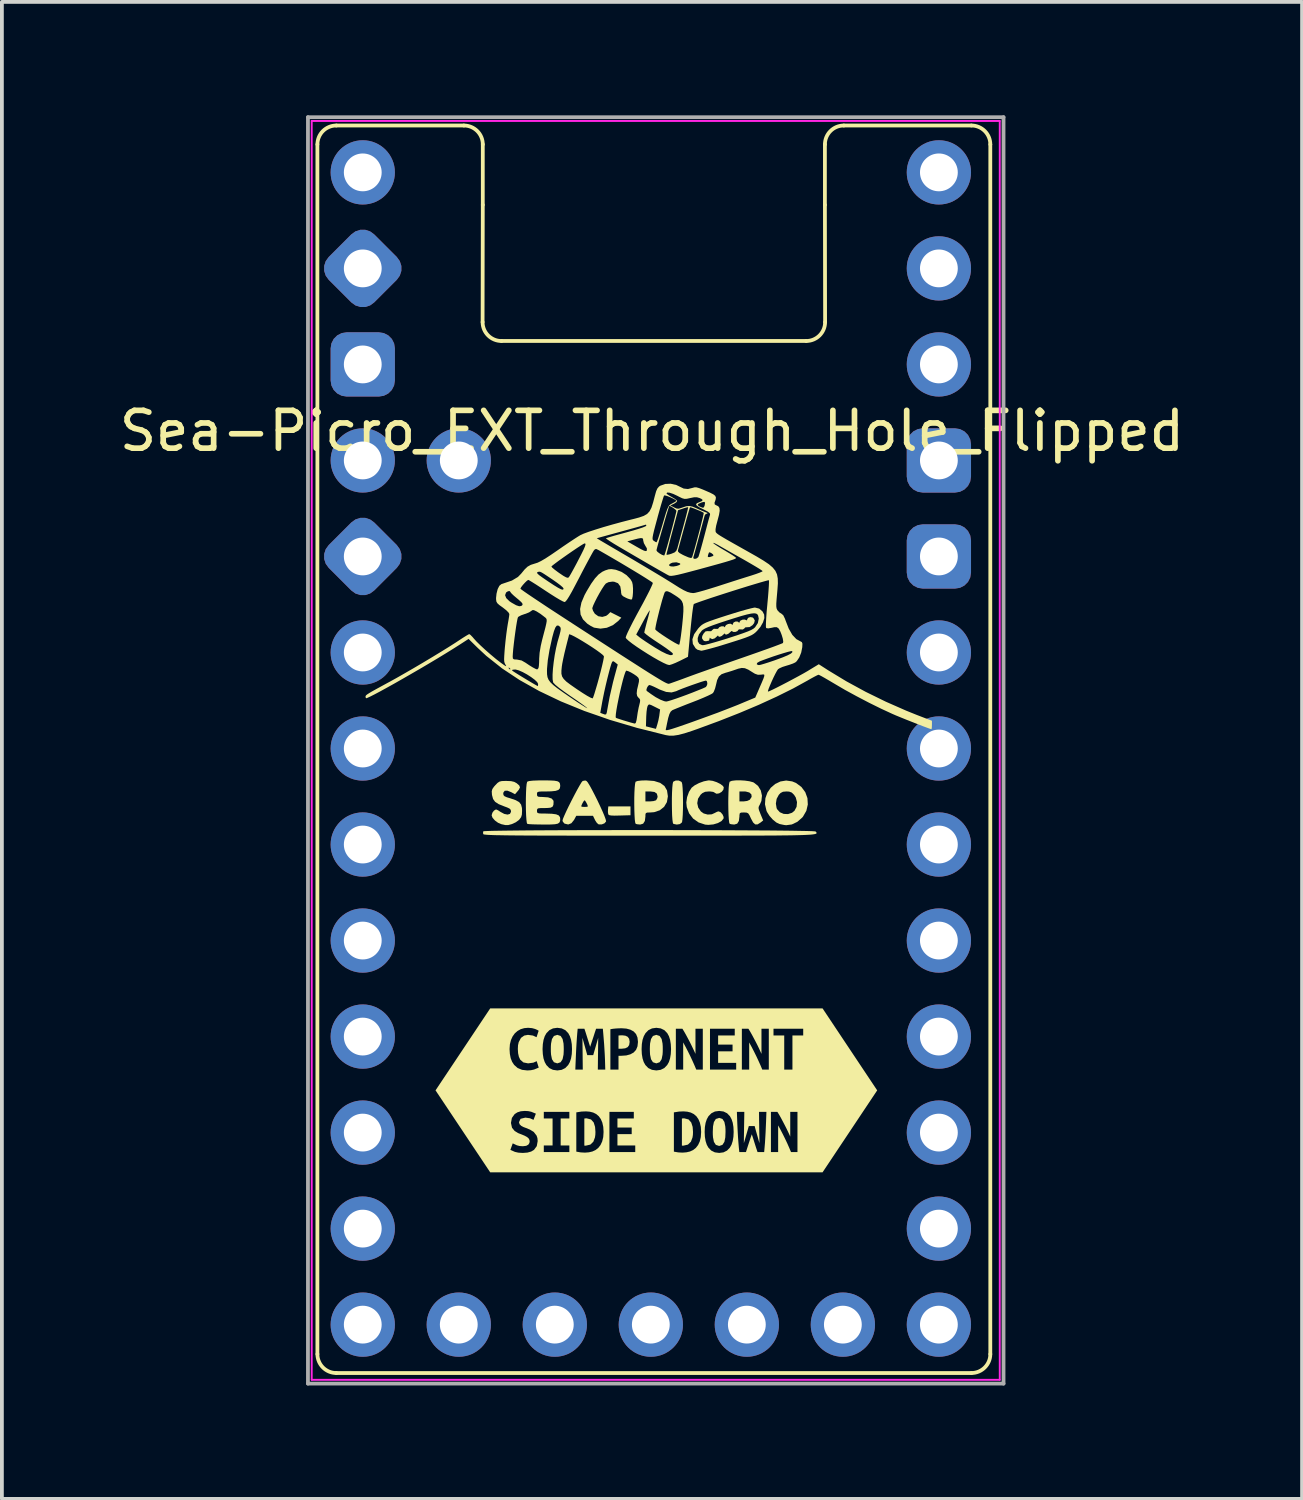
<source format=kicad_pcb>
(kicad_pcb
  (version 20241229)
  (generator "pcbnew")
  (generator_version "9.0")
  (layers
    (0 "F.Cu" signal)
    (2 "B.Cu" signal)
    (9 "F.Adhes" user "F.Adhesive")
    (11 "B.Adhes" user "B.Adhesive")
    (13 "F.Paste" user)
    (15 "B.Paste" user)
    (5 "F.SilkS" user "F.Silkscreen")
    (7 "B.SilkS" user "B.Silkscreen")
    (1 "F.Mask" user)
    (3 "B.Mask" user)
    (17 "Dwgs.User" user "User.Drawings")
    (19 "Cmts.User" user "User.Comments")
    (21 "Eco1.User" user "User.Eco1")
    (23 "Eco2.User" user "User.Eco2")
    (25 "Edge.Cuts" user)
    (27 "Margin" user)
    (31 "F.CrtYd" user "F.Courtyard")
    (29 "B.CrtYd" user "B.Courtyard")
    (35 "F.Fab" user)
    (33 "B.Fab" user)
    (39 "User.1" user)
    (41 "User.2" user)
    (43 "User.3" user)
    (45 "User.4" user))
  (footprint "Sea-Picro_EXT_Through_Hole_Flipped"
    (layer "F.Cu")
    (at 14.196 16.75)
    (property "Reference" "Sea-Picro_EXT_Through_Hole_Flipped" (at 0 -8.4 0) (unlocked yes) (layer "F.SilkS") (effects (font (size 1 1) (thickness 0.15))))
    (attr through_hole)
    (fp_line (start -8.85 -15.98) (end -8.85 16.02) (stroke (width 0.1) (type solid)) (layer "F.SilkS"))
    (fp_line (start -8.35 16.52) (end 8.45 16.52) (stroke (width 0.1) (type solid)) (layer "F.SilkS"))
    (fp_line (start -4.975 -16.48) (end -8.35 -16.48) (stroke (width 0.1) (type solid)) (layer "F.SilkS"))
    (fp_line (start -4.475 -14.38) (end -4.48 -11.28) (stroke (width 0.1) (type solid)) (layer "F.SilkS"))
    (fp_line (start -4.475 -14.38) (end -4.475 -15.98) (stroke (width 0.1) (type solid)) (layer "F.SilkS"))
    (fp_line (start -3.98 -10.78) (end 4.08 -10.78) (stroke (width 0.1) (type solid)) (layer "F.SilkS"))
    (fp_line (start 4.575 -14.38) (end 4.575 -15.98) (stroke (width 0.1) (type solid)) (layer "F.SilkS"))
    (fp_line (start 4.575 -14.38) (end 4.58 -11.28) (stroke (width 0.1) (type solid)) (layer "F.SilkS"))
    (fp_line (start 5.075 -16.48) (end 8.45 -16.48) (stroke (width 0.1) (type solid)) (layer "F.SilkS"))
    (fp_line (start 8.95 16.02) (end 8.95 -15.98) (stroke (width 0.1) (type solid)) (layer "F.SilkS"))
    (fp_arc (start -8.84951 -15.98) (mid -8.703064 -16.333557) (end -8.34951 -16.48) (stroke (width 0.1) (type solid)) (layer "F.SilkS"))
    (fp_arc (start -8.34951 16.52) (mid -8.703057 16.37355) (end -8.84951 16.02) (stroke (width 0.1) (type solid)) (layer "F.SilkS"))
    (fp_arc (start -4.97451 -16.48) (mid -4.62095 -16.333557) (end -4.47451 -15.98) (stroke (width 0.1) (type solid)) (layer "F.SilkS"))
    (fp_arc (start -3.98 -10.77951) (mid -4.333553 -10.925957) (end -4.48 -11.27951) (stroke (width 0.1) (type solid)) (layer "F.SilkS"))
    (fp_arc (start 4.57549 -15.98) (mid 4.721944 -16.333546) (end 5.07549 -16.48) (stroke (width 0.1) (type solid)) (layer "F.SilkS"))
    (fp_arc (start 4.58 -11.27951) (mid 4.433553 -10.925957) (end 4.08 -10.77951) (stroke (width 0.1) (type solid)) (layer "F.SilkS"))
    (fp_arc (start 8.45049 -16.48) (mid 8.804046 -16.333556) (end 8.95049 -15.98) (stroke (width 0.1) (type solid)) (layer "F.SilkS"))
    (fp_arc (start 8.95049 16.02) (mid 8.80405 16.37356) (end 8.45049 16.52) (stroke (width 0.1) (type solid)) (layer "F.SilkS"))
    (fp_poly (pts (xy -0.568 1.765) (xy -0.854 1.773) (xy -0.992 1.776) (xy -1.081 1.772) (xy -1.132 1.762) (xy -1.155 1.743) (xy -1.156 1.739) (xy -1.165 1.68) (xy -1.163 1.614) (xy -1.154 1.531) (xy -0.568 1.531)) (stroke (width 0) (type solid)) (fill yes) (layer "F.SilkS"))
    (fp_poly (pts (xy -0.779 7.587) (xy -0.832 7.588) (xy -0.885 7.592) (xy -0.885 7.941) (xy -0.798 7.941) (xy -0.708 7.931) (xy -0.643 7.9) (xy -0.603 7.845) (xy -0.59 7.76) (xy -0.603 7.679) (xy -0.642 7.626) (xy -0.702 7.597) (xy -0.779 7.587)) (stroke (width 0) (type solid)) (fill yes) (layer "F.SilkS"))
    (fp_poly (pts (xy -1.789 10.504) (xy -1.77 10.506) (xy -1.751 10.506) (xy -1.63 10.478) (xy -1.551 10.402) (xy -1.508 10.288) (xy -1.498 10.219) (xy -1.495 10.143) (xy -1.505 10.008) (xy -1.541 9.893) (xy -1.612 9.813) (xy -1.727 9.783) (xy -1.758 9.784) (xy -1.789 9.788) (xy -1.789 10.504)) (stroke (width 0) (type solid)) (fill yes) (layer "F.SilkS"))
    (fp_poly (pts (xy 0.792 10.504) (xy 0.811 10.506) (xy 0.83 10.506) (xy 0.951 10.478) (xy 1.03 10.402) (xy 1.073 10.288) (xy 1.083 10.219) (xy 1.086 10.143) (xy 1.076 10.008) (xy 1.039 9.893) (xy 0.969 9.813) (xy 0.854 9.783) (xy 0.823 9.784) (xy 0.792 9.788) (xy 0.792 10.504)) (stroke (width 0) (type solid)) (fill yes) (layer "F.SilkS"))
    (fp_poly (pts (xy 1.609 10.143) (xy 1.61 10.218) (xy 1.615 10.288) (xy 1.639 10.406) (xy 1.69 10.485) (xy 1.778 10.514) (xy 1.864 10.485) (xy 1.916 10.405) (xy 1.94 10.287) (xy 1.946 10.143) (xy 1.945 10.068) (xy 1.94 9.997) (xy 1.916 9.879) (xy 1.865 9.8) (xy 1.778 9.771) (xy 1.69 9.8) (xy 1.639 9.88) (xy 1.615 9.998) (xy 1.609 10.143)) (stroke (width 0) (type solid)) (fill yes) (layer "F.SilkS"))
    (fp_poly (pts (xy -2.675 7.952) (xy -2.674 8.028) (xy -2.669 8.099) (xy -2.645 8.219) (xy -2.593 8.299) (xy -2.504 8.329) (xy -2.416 8.299) (xy -2.364 8.218) (xy -2.339 8.098) (xy -2.335 8.028) (xy -2.333 7.952) (xy -2.335 7.876) (xy -2.339 7.804) (xy -2.364 7.685) (xy -2.415 7.604) (xy -2.504 7.575) (xy -2.593 7.604) (xy -2.645 7.685) (xy -2.669 7.805) (xy -2.674 7.876) (xy -2.675 7.952)) (stroke (width 0) (type solid)) (fill yes) (layer "F.SilkS"))
    (fp_poly (pts (xy -0.056 7.952) (xy -0.054 8.028) (xy -0.05 8.099) (xy -0.025 8.219) (xy 0.026 8.299) (xy 0.115 8.329) (xy 0.203 8.299) (xy 0.256 8.218) (xy 0.28 8.098) (xy 0.285 8.028) (xy 0.286 7.952) (xy 0.285 7.876) (xy 0.28 7.804) (xy 0.256 7.685) (xy 0.204 7.604) (xy 0.115 7.575) (xy 0.026 7.604) (xy -0.025 7.685) (xy -0.05 7.805) (xy -0.054 7.876) (xy -0.056 7.952)) (stroke (width 0) (type solid)) (fill yes) (layer "F.SilkS"))
    (fp_poly (pts (xy 0.708 0.847) (xy 0.774 0.878) (xy 0.791 0.9) (xy 0.802 0.949) (xy 0.811 1.047) (xy 0.818 1.182) (xy 0.821 1.345) (xy 0.822 1.428) (xy 0.82 1.601) (xy 0.815 1.751) (xy 0.807 1.868) (xy 0.797 1.941) (xy 0.791 1.957) (xy 0.739 1.999) (xy 0.657 2.012) (xy 0.566 1.994) (xy 0.566 1.994) (xy 0.552 1.961) (xy 0.541 1.88) (xy 0.533 1.764) (xy 0.529 1.622) (xy 0.527 1.468) (xy 0.527 1.31) (xy 0.531 1.162) (xy 0.538 1.034) (xy 0.548 0.938) (xy 0.56 0.884) (xy 0.564 0.878) (xy 0.629 0.847)) (stroke (width 0) (type solid)) (fill yes) (layer "F.SilkS"))
    (fp_poly (pts (xy 1.609 0.856) (xy 1.714 0.891) (xy 1.809 0.938) (xy 1.877 0.99) (xy 1.9 1.028) (xy 1.888 1.092) (xy 1.842 1.148) (xy 1.777 1.186) (xy 1.711 1.197) (xy 1.66 1.172) (xy 1.656 1.165) (xy 1.618 1.147) (xy 1.543 1.137) (xy 1.505 1.136) (xy 1.407 1.145) (xy 1.334 1.18) (xy 1.288 1.221) (xy 1.219 1.327) (xy 1.198 1.446) (xy 1.224 1.564) (xy 1.294 1.665) (xy 1.368 1.718) (xy 1.473 1.747) (xy 1.582 1.741) (xy 1.657 1.707) (xy 1.723 1.673) (xy 1.765 1.663) (xy 1.818 1.687) (xy 1.867 1.744) (xy 1.896 1.811) (xy 1.894 1.851) (xy 1.841 1.918) (xy 1.745 1.972) (xy 1.623 2.008) (xy 1.491 2.02) (xy 1.407 2.013) (xy 1.232 1.955) (xy 1.088 1.853) (xy 0.982 1.714) (xy 0.921 1.549) (xy 0.909 1.428) (xy 0.929 1.287) (xy 0.98 1.146) (xy 1.049 1.038) (xy 1.13 0.974) (xy 1.245 0.914) (xy 1.372 0.868) (xy 1.487 0.845) (xy 1.51 0.843)) (stroke (width 0) (type solid)) (fill yes) (layer "F.SilkS"))
    (fp_poly (pts (xy 3.709 0.87) (xy 3.809 0.911) (xy 3.954 1.018) (xy 4.056 1.156) (xy 4.113 1.313) (xy 4.123 1.481) (xy 4.084 1.648) (xy 3.995 1.803) (xy 3.974 1.827) (xy 3.845 1.94) (xy 3.7 2.009) (xy 3.551 2.029) (xy 3.499 2.023) (xy 3.421 2.007) (xy 3.374 1.997) (xy 3.29 1.957) (xy 3.196 1.88) (xy 3.109 1.782) (xy 3.043 1.678) (xy 3.029 1.646) (xy 2.99 1.476) (xy 2.991 1.457) (xy 3.278 1.457) (xy 3.297 1.576) (xy 3.31 1.605) (xy 3.383 1.686) (xy 3.485 1.73) (xy 3.598 1.735) (xy 3.705 1.7) (xy 3.77 1.647) (xy 3.826 1.542) (xy 3.837 1.418) (xy 3.804 1.295) (xy 3.76 1.226) (xy 3.697 1.165) (xy 3.629 1.14) (xy 3.558 1.136) (xy 3.466 1.144) (xy 3.402 1.177) (xy 3.355 1.226) (xy 3.298 1.332) (xy 3.278 1.457) (xy 2.991 1.457) (xy 3.001 1.314) (xy 3.055 1.165) (xy 3.143 1.038) (xy 3.26 0.938) (xy 3.398 0.872) (xy 3.55 0.847)) (stroke (width 0) (type solid)) (fill yes) (layer "F.SilkS"))
    (fp_poly (pts (xy 0.056 0.859) (xy 0.217 0.909) (xy 0.33 0.992) (xy 0.398 1.109) (xy 0.421 1.262) (xy 0.421 1.267) (xy 0.395 1.419) (xy 0.321 1.543) (xy 0.207 1.634) (xy 0.058 1.684) (xy -0.041 1.692) (xy -0.122 1.694) (xy -0.161 1.708) (xy -0.173 1.748) (xy -0.173 1.796) (xy -0.188 1.917) (xy -0.233 1.988) (xy -0.308 2.011) (xy -0.313 2.011) (xy -0.387 2.004) (xy -0.429 1.994) (xy -0.443 1.961) (xy -0.454 1.88) (xy -0.461 1.764) (xy -0.466 1.622) (xy -0.468 1.468) (xy -0.468 1.399) (xy -0.173 1.399) (xy -0.048 1.399) (xy 0.039 1.391) (xy 0.102 1.372) (xy 0.113 1.364) (xy 0.143 1.307) (xy 0.149 1.267) (xy 0.129 1.193) (xy 0.067 1.15) (xy -0.042 1.136) (xy -0.048 1.136) (xy -0.173 1.136) (xy -0.173 1.399) (xy -0.468 1.399) (xy -0.468 1.31) (xy -0.464 1.162) (xy -0.457 1.034) (xy -0.447 0.938) (xy -0.435 0.884) (xy -0.431 0.878) (xy -0.381 0.859) (xy -0.283 0.847) (xy -0.152 0.843)) (stroke (width 0) (type solid)) (fill yes) (layer "F.SilkS"))
    (fp_poly (pts (xy -1.732 0.859) (xy -1.699 0.896) (xy -1.649 0.977) (xy -1.587 1.089) (xy -1.517 1.224) (xy -1.444 1.37) (xy -1.374 1.518) (xy -1.31 1.658) (xy -1.259 1.779) (xy -1.225 1.872) (xy -1.213 1.925) (xy -1.214 1.93) (xy -1.256 1.979) (xy -1.329 2.008) (xy -1.406 2.007) (xy -1.417 2.003) (xy -1.458 1.967) (xy -1.502 1.9) (xy -1.51 1.883) (xy -1.56 1.78) (xy -2.002 1.78) (xy -2.061 1.889) (xy -2.131 1.976) (xy -2.215 2.01) (xy -2.308 1.988) (xy -2.317 1.983) (xy -2.358 1.935) (xy -2.366 1.902) (xy -2.352 1.855) (xy -2.315 1.767) (xy -2.261 1.649) (xy -2.205 1.532) (xy -1.871 1.532) (xy -1.845 1.542) (xy -1.784 1.545) (xy -1.783 1.545) (xy -1.721 1.542) (xy -1.695 1.532) (xy -1.695 1.532) (xy -1.707 1.49) (xy -1.736 1.432) (xy -1.766 1.384) (xy -1.783 1.37) (xy -1.806 1.393) (xy -1.837 1.445) (xy -1.863 1.501) (xy -1.871 1.532) (xy -2.205 1.532) (xy -2.195 1.513) (xy -2.122 1.367) (xy -2.047 1.222) (xy -1.976 1.089) (xy -1.913 0.977) (xy -1.865 0.897) (xy -1.835 0.86) (xy -1.834 0.859) (xy -1.764 0.846)) (stroke (width 0) (type solid)) (fill yes) (layer "F.SilkS"))
    (fp_poly (pts (xy 2.457 0.849) (xy 2.577 0.866) (xy 2.673 0.892) (xy 2.695 0.902) (xy 2.806 0.989) (xy 2.879 1.109) (xy 2.91 1.247) (xy 2.895 1.388) (xy 2.856 1.478) (xy 2.828 1.53) (xy 2.819 1.573) (xy 2.83 1.627) (xy 2.863 1.712) (xy 2.872 1.735) (xy 2.942 1.903) (xy 2.873 1.958) (xy 2.795 2.007) (xy 2.732 2.008) (xy 2.676 1.957) (xy 2.62 1.853) (xy 2.578 1.763) (xy 2.545 1.715) (xy 2.504 1.696) (xy 2.441 1.692) (xy 2.431 1.692) (xy 2.356 1.695) (xy 2.323 1.714) (xy 2.314 1.764) (xy 2.314 1.796) (xy 2.299 1.917) (xy 2.255 1.988) (xy 2.179 2.011) (xy 2.174 2.011) (xy 2.101 2.004) (xy 2.058 1.994) (xy 2.044 1.961) (xy 2.034 1.88) (xy 2.026 1.764) (xy 2.021 1.622) (xy 2.019 1.468) (xy 2.019 1.399) (xy 2.314 1.399) (xy 2.429 1.399) (xy 2.519 1.387) (xy 2.585 1.357) (xy 2.59 1.353) (xy 2.637 1.279) (xy 2.63 1.214) (xy 2.577 1.164) (xy 2.481 1.138) (xy 2.44 1.136) (xy 2.314 1.136) (xy 2.314 1.399) (xy 2.019 1.399) (xy 2.02 1.31) (xy 2.024 1.162) (xy 2.03 1.034) (xy 2.04 0.938) (xy 2.053 0.884) (xy 2.056 0.878) (xy 2.112 0.855) (xy 2.208 0.843) (xy 2.328 0.841)) (stroke (width 0) (type solid)) (fill yes) (layer "F.SilkS"))
    (fp_poly (pts (xy -0.972 -4.731) (xy -0.952 -4.727) (xy -0.807 -4.673) (xy -0.674 -4.587) (xy -0.571 -4.481) (xy -0.525 -4.403) (xy -0.509 -4.333) (xy -0.501 -4.234) (xy -0.502 -4.126) (xy -0.51 -4.028) (xy -0.525 -3.959) (xy -0.534 -3.943) (xy -0.57 -3.943) (xy -0.639 -3.965) (xy -0.686 -3.986) (xy -0.765 -4.028) (xy -0.803 -4.067) (xy -0.816 -4.121) (xy -0.817 -4.164) (xy -0.838 -4.289) (xy -0.898 -4.372) (xy -0.998 -4.411) (xy -1.046 -4.415) (xy -1.15 -4.4) (xy -1.22 -4.364) (xy -1.263 -4.311) (xy -1.321 -4.223) (xy -1.387 -4.112) (xy -1.453 -3.992) (xy -1.511 -3.877) (xy -1.555 -3.781) (xy -1.577 -3.717) (xy -1.578 -3.706) (xy -1.559 -3.643) (xy -1.514 -3.57) (xy -1.509 -3.563) (xy -1.42 -3.499) (xy -1.314 -3.481) (xy -1.212 -3.509) (xy -1.163 -3.545) (xy -1.101 -3.608) (xy -0.81 -3.461) (xy -0.894 -3.372) (xy -1.033 -3.263) (xy -1.194 -3.194) (xy -1.363 -3.171) (xy -1.524 -3.196) (xy -1.548 -3.205) (xy -1.619 -3.242) (xy -1.702 -3.296) (xy -1.716 -3.307) (xy -1.826 -3.417) (xy -1.888 -3.544) (xy -1.901 -3.691) (xy -1.866 -3.862) (xy -1.782 -4.061) (xy -1.724 -4.167) (xy -1.609 -4.358) (xy -1.507 -4.501) (xy -1.412 -4.604) (xy -1.316 -4.674) (xy -1.238 -4.711) (xy -1.148 -4.74) (xy -1.07 -4.746)) (stroke (width 0) (type solid)) (fill yes) (layer "F.SilkS"))
    (fp_poly (pts (xy -3.727 0.863) (xy -3.642 0.883) (xy -3.579 0.918) (xy -3.51 0.978) (xy -3.491 1.029) (xy -3.52 1.088) (xy -3.55 1.125) (xy -3.622 1.209) (xy -3.723 1.155) (xy -3.825 1.115) (xy -3.895 1.118) (xy -3.93 1.164) (xy -3.934 1.193) (xy -3.927 1.233) (xy -3.899 1.263) (xy -3.836 1.291) (xy -3.743 1.319) (xy -3.604 1.367) (xy -3.513 1.418) (xy -3.462 1.484) (xy -3.439 1.574) (xy -3.436 1.648) (xy -3.441 1.749) (xy -3.461 1.816) (xy -3.505 1.875) (xy -3.524 1.895) (xy -3.603 1.952) (xy -3.705 1.999) (xy -3.805 2.026) (xy -3.875 2.026) (xy -3.924 2.015) (xy -3.983 2.002) (xy -4.071 1.965) (xy -4.154 1.904) (xy -4.217 1.832) (xy -4.241 1.767) (xy -4.22 1.697) (xy -4.183 1.648) (xy -4.145 1.619) (xy -4.11 1.615) (xy -4.06 1.641) (xy -4.01 1.675) (xy -3.908 1.73) (xy -3.82 1.748) (xy -3.757 1.73) (xy -3.729 1.676) (xy -3.729 1.664) (xy -3.736 1.622) (xy -3.766 1.59) (xy -3.831 1.559) (xy -3.915 1.528) (xy -4.056 1.471) (xy -4.149 1.41) (xy -4.203 1.335) (xy -4.23 1.236) (xy -4.233 1.216) (xy -4.238 1.132) (xy -4.222 1.072) (xy -4.178 1.009) (xy -4.144 0.971) (xy -4.085 0.91) (xy -4.034 0.876) (xy -3.972 0.861) (xy -3.877 0.858) (xy -3.85 0.858)) (stroke (width 0) (type solid)) (fill yes) (layer "F.SilkS"))
    (fp_poly (pts (xy -2.708 0.845) (xy -2.585 0.851) (xy -2.504 0.865) (xy -2.457 0.889) (xy -2.434 0.927) (xy -2.427 0.981) (xy -2.427 0.994) (xy -2.437 1.055) (xy -2.475 1.096) (xy -2.549 1.121) (xy -2.665 1.133) (xy -2.79 1.136) (xy -2.911 1.136) (xy -2.986 1.141) (xy -3.024 1.152) (xy -3.039 1.173) (xy -3.041 1.208) (xy -3.041 1.209) (xy -3.036 1.253) (xy -3.012 1.274) (xy -2.953 1.281) (xy -2.897 1.282) (xy -2.749 1.292) (xy -2.653 1.324) (xy -2.607 1.377) (xy -2.602 1.411) (xy -2.607 1.492) (xy -2.631 1.541) (xy -2.684 1.566) (xy -2.779 1.574) (xy -2.839 1.575) (xy -2.945 1.576) (xy -3.006 1.582) (xy -3.033 1.599) (xy -3.041 1.63) (xy -3.041 1.648) (xy -3.039 1.684) (xy -3.023 1.706) (xy -2.982 1.717) (xy -2.905 1.721) (xy -2.809 1.721) (xy -2.647 1.726) (xy -2.535 1.741) (xy -2.466 1.77) (xy -2.433 1.816) (xy -2.427 1.861) (xy -2.431 1.919) (xy -2.45 1.96) (xy -2.491 1.988) (xy -2.564 2.003) (xy -2.676 2.01) (xy -2.836 2.012) (xy -2.879 2.011) (xy -3.025 2.009) (xy -3.151 2.006) (xy -3.245 2.001) (xy -3.294 1.995) (xy -3.297 1.994) (xy -3.311 1.961) (xy -3.321 1.88) (xy -3.329 1.764) (xy -3.334 1.622) (xy -3.336 1.468) (xy -3.335 1.31) (xy -3.331 1.162) (xy -3.325 1.034) (xy -3.315 0.938) (xy -3.302 0.884) (xy -3.299 0.878) (xy -3.252 0.861) (xy -3.151 0.85) (xy -2.994 0.844) (xy -2.88 0.843)) (stroke (width 0) (type solid)) (fill yes) (layer "F.SilkS"))
    (fp_poly (pts (xy -0.038 2.158) (xy 0.401 2.158) (xy 0.836 2.159) (xy 1.263 2.16) (xy 1.677 2.161) (xy 2.076 2.163) (xy 2.455 2.165) (xy 2.81 2.167) (xy 3.138 2.169) (xy 3.434 2.172) (xy 3.694 2.175) (xy 3.915 2.179) (xy 4.093 2.182) (xy 4.223 2.186) (xy 4.303 2.191) (xy 4.327 2.194) (xy 4.341 2.209) (xy 4.352 2.223) (xy 4.357 2.235) (xy 4.352 2.246) (xy 4.336 2.256) (xy 4.306 2.264) (xy 4.259 2.272) (xy 4.192 2.279) (xy 4.102 2.284) (xy 3.988 2.289) (xy 3.847 2.293) (xy 3.675 2.297) (xy 3.47 2.299) (xy 3.229 2.302) (xy 2.951 2.303) (xy 2.631 2.304) (xy 2.268 2.305) (xy 1.859 2.306) (xy 1.402 2.306) (xy 0.892 2.306) (xy 0.329 2.306) (xy -0.075 2.306) (xy -0.674 2.306) (xy -1.216 2.306) (xy -1.705 2.306) (xy -2.144 2.305) (xy -2.534 2.304) (xy -2.88 2.304) (xy -3.183 2.302) (xy -3.446 2.301) (xy -3.671 2.299) (xy -3.862 2.297) (xy -4.021 2.294) (xy -4.151 2.292) (xy -4.254 2.288) (xy -4.333 2.285) (xy -4.391 2.28) (xy -4.43 2.276) (xy -4.454 2.27) (xy -4.463 2.265) (xy -4.464 2.264) (xy -4.468 2.208) (xy -4.461 2.191) (xy -4.43 2.186) (xy -4.344 2.182) (xy -4.207 2.178) (xy -4.023 2.175) (xy -3.797 2.172) (xy -3.532 2.169) (xy -3.231 2.166) (xy -2.9 2.164) (xy -2.541 2.162) (xy -2.159 2.161) (xy -1.758 2.159) (xy -1.341 2.159) (xy -0.913 2.158) (xy -0.478 2.158)) (stroke (width 0) (type solid)) (fill yes) (layer "F.SilkS"))
    (fp_poly (pts (xy 2.658 -3.468) (xy 2.684 -3.451) (xy 2.72 -3.387) (xy 2.703 -3.318) (xy 2.661 -3.263) (xy 2.584 -3.212) (xy 2.531 -3.209) (xy 2.468 -3.204) (xy 2.447 -3.179) (xy 2.406 -3.149) (xy 2.357 -3.15) (xy 2.303 -3.152) (xy 2.285 -3.138) (xy 2.26 -3.105) (xy 2.207 -3.084) (xy 2.153 -3.083) (xy 2.132 -3.096) (xy 2.103 -3.108) (xy 2.074 -3.081) (xy 2.024 -3.037) (xy 1.973 -3.014) (xy 1.938 -3.019) (xy 1.934 -3.033) (xy 1.92 -3.043) (xy 1.897 -3.021) (xy 1.847 -2.977) (xy 1.795 -2.955) (xy 1.761 -2.962) (xy 1.757 -2.976) (xy 1.744 -2.989) (xy 1.72 -2.966) (xy 1.661 -2.914) (xy 1.598 -2.894) (xy 1.552 -2.911) (xy 1.549 -2.915) (xy 1.529 -2.933) (xy 1.524 -2.902) (xy 1.511 -2.858) (xy 1.497 -2.851) (xy 1.446 -2.842) (xy 1.431 -2.837) (xy 1.381 -2.845) (xy 1.356 -2.865) (xy 1.323 -2.919) (xy 1.331 -2.978) (xy 1.368 -3.044) (xy 1.417 -3.098) (xy 1.479 -3.106) (xy 1.497 -3.103) (xy 1.566 -3.103) (xy 1.595 -3.133) (xy 1.636 -3.167) (xy 1.685 -3.165) (xy 1.739 -3.164) (xy 1.758 -3.178) (xy 1.782 -3.21) (xy 1.836 -3.232) (xy 1.89 -3.233) (xy 1.911 -3.22) (xy 1.93 -3.205) (xy 1.933 -3.224) (xy 1.958 -3.265) (xy 2.013 -3.293) (xy 2.074 -3.302) (xy 2.114 -3.283) (xy 2.133 -3.265) (xy 2.138 -3.293) (xy 2.162 -3.336) (xy 2.215 -3.36) (xy 2.27 -3.357) (xy 2.291 -3.34) (xy 2.31 -3.32) (xy 2.313 -3.342) (xy 2.339 -3.382) (xy 2.395 -3.408) (xy 2.457 -3.411) (xy 2.482 -3.4) (xy 2.513 -3.389) (xy 2.519 -3.414) (xy 2.543 -3.456) (xy 2.597 -3.476)) (stroke (width 0) (type solid)) (fill yes) (layer "F.SilkS"))
    (fp_poly (pts (xy 2.836 -3.701) (xy 2.924 -3.626) (xy 2.968 -3.543) (xy 2.973 -3.451) (xy 2.938 -3.338) (xy 2.87 -3.218) (xy 2.783 -3.114) (xy 2.738 -3.07) (xy 2.693 -3.034) (xy 2.641 -3.002) (xy 2.573 -2.97) (xy 2.481 -2.934) (xy 2.357 -2.891) (xy 2.192 -2.838) (xy 2.021 -2.784) (xy 1.834 -2.726) (xy 1.661 -2.675) (xy 1.511 -2.634) (xy 1.394 -2.604) (xy 1.319 -2.588) (xy 1.302 -2.587) (xy 1.202 -2.614) (xy 1.152 -2.653) (xy 1.082 -2.766) (xy 1.07 -2.89) (xy 1.081 -2.922) (xy 1.21 -2.922) (xy 1.213 -2.834) (xy 1.252 -2.768) (xy 1.325 -2.735) (xy 1.35 -2.734) (xy 1.405 -2.742) (xy 1.505 -2.767) (xy 1.642 -2.805) (xy 1.805 -2.853) (xy 1.985 -2.908) (xy 2.045 -2.928) (xy 2.257 -2.997) (xy 2.419 -3.053) (xy 2.54 -3.098) (xy 2.626 -3.136) (xy 2.685 -3.17) (xy 2.724 -3.203) (xy 2.727 -3.205) (xy 2.801 -3.318) (xy 2.825 -3.436) (xy 2.809 -3.515) (xy 2.789 -3.549) (xy 2.755 -3.57) (xy 2.702 -3.577) (xy 2.623 -3.569) (xy 2.511 -3.545) (xy 2.361 -3.504) (xy 2.167 -3.444) (xy 1.996 -3.39) (xy 1.78 -3.319) (xy 1.614 -3.261) (xy 1.491 -3.214) (xy 1.403 -3.174) (xy 1.344 -3.139) (xy 1.316 -3.115) (xy 1.244 -3.019) (xy 1.21 -2.922) (xy 1.081 -2.922) (xy 1.116 -3.024) (xy 1.219 -3.169) (xy 1.239 -3.192) (xy 1.279 -3.234) (xy 1.319 -3.269) (xy 1.368 -3.3) (xy 1.432 -3.332) (xy 1.521 -3.367) (xy 1.643 -3.41) (xy 1.805 -3.464) (xy 1.991 -3.524) (xy 2.18 -3.583) (xy 2.355 -3.636) (xy 2.508 -3.679) (xy 2.629 -3.71) (xy 2.708 -3.727) (xy 2.728 -3.728)) (stroke (width 0) (type solid)) (fill yes) (layer "F.SilkS"))
    (fp_poly (pts (xy -3.767 6.875) (xy -3.628 7.535) (xy -3.556 7.472) (xy -3.473 7.425) (xy -3.378 7.397) (xy -3.276 7.388) (xy -3.172 7.397) (xy -3.091 7.419) (xy -3.032 7.445) (xy -2.997 7.466) (xy -3.053 7.637) (xy -3.149 7.593) (xy -3.28 7.575) (xy -3.378 7.593) (xy -3.464 7.654) (xy -3.525 7.768) (xy -3.543 7.849) (xy -3.548 7.947) (xy -3.541 8.06) (xy -3.52 8.155) (xy -2.894 7.952) (xy -2.887 7.821) (xy -2.868 7.707) (xy -2.836 7.61) (xy -2.791 7.53) (xy -2.713 7.451) (xy -2.618 7.404) (xy -2.504 7.388) (xy -2.387 7.404) (xy -2.291 7.451) (xy -2.214 7.53) (xy -2.171 7.61) (xy -2.14 7.707) (xy -2.121 7.821) (xy -1.986 7.658) (xy -1.976 7.53) (xy -1.965 7.412) (xy -1.787 7.412) (xy -1.756 7.506) (xy -1.717 7.63) (xy -1.675 7.765) (xy -1.635 7.891) (xy -1.591 7.757) (xy -1.547 7.624) (xy -1.509 7.505) (xy -1.477 7.412) (xy -1.299 7.412) (xy -1.287 7.552) (xy -1.276 7.688) (xy -1.265 7.822) (xy -1.1 8.493) (xy -1.1 7.426) (xy -1.03 7.414) (xy -0.95 7.406) (xy -0.871 7.402) (xy -0.803 7.4) (xy -0.676 7.409) (xy -0.57 7.438) (xy -0.484 7.485) (xy -0.421 7.553) (xy -0.383 7.645) (xy -0.37 7.761) (xy -0.383 7.879) (xy -0.421 7.972) (xy -0.274 7.952) (xy -0.268 7.821) (xy -0.249 7.707) (xy -0.216 7.61) (xy -0.171 7.53) (xy -0.094 7.451) (xy 0.002 7.404) (xy 0.115 7.388) (xy 0.232 7.404) (xy 0.329 7.451) (xy 0.405 7.53) (xy 0.449 7.61) (xy 0.48 7.707) (xy 0.498 7.821) (xy 0.505 7.952) (xy 0.498 8.083) (xy 0.479 8.197) (xy 0.448 8.294) (xy 0.403 8.373) (xy 0.326 8.453) (xy 0.231 8.5) (xy 0.117 8.516) (xy 0 8.5) (xy -0.097 8.453) (xy -0.174 8.373) (xy -0.218 8.294) (xy -0.249 8.197) (xy -0.268 8.083) (xy -0.274 7.952) (xy -0.421 7.972) (xy -0.485 8.042) (xy -0.572 8.09) (xy -0.679 8.119) (xy -0.809 8.128) (xy -0.885 8.128) (xy -0.885 8.493) (xy -1.1 8.493) (xy -1.265 7.822) (xy -1.257 7.954) (xy -1.249 8.087) (xy -1.243 8.22) (xy -1.239 8.355) (xy -1.235 8.493) (xy -1.432 8.493) (xy -1.422 7.653) (xy -1.554 8.111) (xy -1.711 8.111) (xy -1.839 7.653) (xy -1.83 8.493) (xy -2.027 8.493) (xy -2.022 8.358) (xy -2.016 8.217) (xy -2.01 8.074) (xy -2.003 7.933) (xy -1.995 7.793) (xy -1.986 7.658) (xy -2.121 7.821) (xy -2.115 7.952) (xy -2.121 8.083) (xy -2.14 8.197) (xy -2.172 8.294) (xy -2.216 8.373) (xy -2.293 8.453) (xy -2.388 8.5) (xy -2.502 8.516) (xy -2.619 8.5) (xy -2.716 8.453) (xy -2.793 8.373) (xy -2.837 8.294) (xy -2.869 8.197) (xy -2.887 8.083) (xy -2.894 7.952) (xy -3.52 8.155) (xy -3.485 8.23) (xy -3.401 8.304) (xy -3.276 8.329) (xy -3.137 8.31) (xy -3.049 8.271) (xy -2.995 8.441) (xy -3.118 8.492) (xy -3.202 8.51) (xy -3.297 8.516) (xy -3.437 8.5) (xy -3.554 8.451) (xy -3.646 8.369) (xy -3.699 8.288) (xy -3.737 8.191) (xy -3.759 8.079) (xy -3.767 7.952) (xy -3.758 7.825) (xy -3.73 7.713) (xy -3.686 7.616) (xy -3.628 7.535) (xy -3.767 6.875) (xy -4.279 6.875) (xy -3.632 9.671) (xy -3.559 9.624) (xy -3.47 9.596) (xy -3.365 9.587) (xy -3.273 9.592) (xy -3.194 9.609) (xy -3.071 9.659) (xy -3.133 9.823) (xy -3.228 9.781) (xy -3.349 9.764) (xy -3.476 9.795) (xy -3.518 9.886) (xy -3.501 9.94) (xy -3.457 9.982) (xy -3.397 10.014) (xy -3.33 10.039) (xy -3.226 10.082) (xy -3.127 10.143) (xy -3.052 10.24) (xy -3.03 10.305) (xy -3.023 10.385) (xy -3.047 10.518) (xy -2.861 10.676) (xy -2.861 10.5) (xy -2.629 10.5) (xy -2.629 9.786) (xy -2.861 9.786) (xy -2.861 9.611) (xy -2.185 9.611) (xy -2.185 9.786) (xy -2.415 9.786) (xy -2.415 10.5) (xy -2.185 10.5) (xy -2.001 10.664) (xy -2.001 9.625) (xy -1.865 9.604) (xy -1.746 9.599) (xy -1.646 9.607) (xy -1.554 9.63) (xy -1.474 9.67) (xy -1.407 9.727) (xy -1.353 9.802) (xy -1.313 9.896) (xy -1.288 10.009) (xy -1.28 10.143) (xy -1.289 10.28) (xy -1.317 10.395) (xy -1.361 10.489) (xy -1.419 10.564) (xy -1.491 10.621) (xy -1.575 10.66) (xy -1.67 10.682) (xy -1.773 10.69) (xy -1.884 10.684) (xy -2.001 10.664) (xy -2.185 10.5) (xy -2.185 10.676) (xy -2.861 10.676) (xy -3.047 10.518) (xy -3.12 10.617) (xy -3.196 10.662) (xy -3.294 10.689) (xy -3.415 10.698) (xy -3.534 10.691) (xy -3.626 10.67) (xy -3.745 10.617) (xy -3.683 10.445) (xy -3.572 10.497) (xy -3.501 10.515) (xy -3.415 10.521) (xy -3.326 10.51) (xy -3.27 10.479) (xy -3.242 10.434) (xy -3.234 10.383) (xy -3.253 10.325) (xy -3.301 10.279) (xy -3.367 10.243) (xy -3.439 10.213) (xy -3.539 10.174) (xy -3.632 10.117) (xy -3.702 10.032) (xy -3.73 9.905) (xy -3.705 9.772) (xy -3.632 9.671) (xy -4.279 6.875) (xy -5.725 9.043) (xy -4.279 11.211) (xy -1.125 10.676) (xy -1.125 9.611) (xy -0.48 9.611) (xy -0.48 9.786) (xy 0.58 10.664) (xy 0.58 9.625) (xy 0.716 9.604) (xy 0.835 9.599) (xy 0.935 9.607) (xy 1.027 9.63) (xy 1.107 9.67) (xy 1.174 9.727) (xy 1.227 9.802) (xy 1.267 9.896) (xy 1.293 10.009) (xy 1.394 10.143) (xy 1.4 10.013) (xy 1.419 9.901) (xy 1.451 9.806) (xy 1.495 9.727) (xy 1.572 9.649) (xy 1.666 9.602) (xy 1.778 9.587) (xy 1.893 9.602) (xy 1.988 9.649) (xy 2.063 9.727) (xy 2.106 9.806) (xy 2.256 9.878) (xy 2.251 9.742) (xy 2.247 9.611) (xy 2.443 9.611) (xy 2.442 9.714) (xy 2.44 9.821) (xy 2.438 9.929) (xy 2.436 10.037) (xy 2.435 10.143) (xy 2.433 10.247) (xy 2.432 10.346) (xy 2.431 10.439) (xy 2.467 10.318) (xy 2.504 10.189) (xy 2.538 10.072) (xy 2.562 9.988) (xy 2.717 9.988) (xy 2.738 10.069) (xy 2.768 10.175) (xy 2.804 10.301) (xy 2.842 10.439) (xy 2.842 10.346) (xy 2.841 10.247) (xy 2.839 10.143) (xy 2.837 10.038) (xy 2.836 9.93) (xy 2.834 9.822) (xy 2.833 9.714) (xy 2.832 9.611) (xy 3.028 9.611) (xy 3.023 9.744) (xy 3.018 9.88) (xy 3.012 10.018) (xy 3.006 10.155) (xy 2.998 10.291) (xy 2.99 10.425) (xy 2.979 10.554) (xy 2.968 10.676) (xy 2.793 10.676) (xy 2.755 10.563) (xy 2.717 10.443) (xy 2.679 10.321) (xy 2.641 10.205) (xy 2.602 10.318) (xy 2.562 10.44) (xy 2.522 10.563) (xy 2.486 10.676) (xy 2.311 10.676) (xy 2.298 10.554) (xy 2.287 10.424) (xy 2.277 10.29) (xy 2.269 10.154) (xy 2.262 10.017) (xy 2.256 9.878) (xy 2.106 9.806) (xy 2.137 9.901) (xy 2.155 10.013) (xy 2.161 10.143) (xy 2.155 10.272) (xy 2.136 10.384) (xy 2.105 10.48) (xy 2.061 10.558) (xy 1.986 10.636) (xy 1.892 10.683) (xy 1.779 10.698) (xy 1.664 10.683) (xy 1.569 10.636) (xy 1.493 10.558) (xy 1.45 10.48) (xy 1.419 10.384) (xy 1.4 10.272) (xy 1.394 10.143) (xy 1.293 10.009) (xy 1.301 10.143) (xy 1.292 10.28) (xy 1.264 10.395) (xy 1.22 10.489) (xy 1.162 10.564) (xy 1.09 10.621) (xy 1.006 10.66) (xy 0.911 10.682) (xy 0.807 10.69) (xy 0.696 10.684) (xy 0.58 10.664) (xy -0.48 9.786) (xy -0.913 9.786) (xy -0.913 10.026) (xy -0.536 10.026) (xy -0.536 10.201) (xy -0.913 10.201) (xy -0.913 10.5) (xy -0.442 10.5) (xy -0.442 10.676) (xy -1.125 10.676) (xy -4.279 11.211) (xy -3.767 11.211) (xy 3.679 10.676) (xy 3.629 10.558) (xy 3.577 10.44) (xy 3.521 10.322) (xy 3.463 10.205) (xy 3.402 10.087) (xy 3.338 9.969) (xy 3.338 10.676) (xy 3.147 10.676) (xy 3.147 9.611) (xy 3.317 9.611) (xy 3.366 9.69) (xy 3.414 9.775) (xy 3.461 9.864) (xy 3.507 9.952) (xy 3.551 10.038) (xy 3.592 10.122) (xy 3.628 10.199) (xy 3.658 10.266) (xy 3.658 9.611) (xy 3.849 9.611) (xy 3.849 10.676) (xy 3.679 10.676) (xy -3.767 11.211) (xy 4.001 11.211) (xy 4.513 11.211) (xy 5.958 9.043) (xy 1.172 8.493) (xy 1.121 8.373) (xy 1.068 8.254) (xy 1.012 8.134) (xy 0.953 8.015) (xy 0.891 7.895) (xy 0.826 7.775) (xy 0.826 8.493) (xy 0.632 8.493) (xy 0.632 7.412) (xy 0.805 7.412) (xy 0.854 7.492) (xy 0.903 7.579) (xy 0.951 7.669) (xy 0.998 7.758) (xy 1.042 7.846) (xy 1.083 7.931) (xy 1.12 8.009) (xy 1.151 8.078) (xy 1.151 7.412) (xy 1.345 7.412) (xy 1.535 8.493) (xy 1.535 7.412) (xy 2.19 7.412) (xy 2.19 7.59) (xy 1.75 7.59) (xy 1.75 7.833) (xy 2.132 7.833) (xy 2.132 8.011) (xy 1.75 8.011) (xy 1.75 8.315) (xy 2.228 8.315) (xy 2.228 8.493) (xy 1.535 8.493) (xy 1.345 7.412) (xy 1.345 8.493) (xy 1.172 8.493) (xy 5.958 9.043) (xy 4.513 6.875) (xy 3.091 7.412) (xy 3.091 8.493) (xy 3.499 8.493) (xy 3.499 7.59) (xy 3.215 7.59) (xy 3.215 7.412) (xy 4.001 7.412) (xy 4.001 7.59) (xy 3.716 7.59) (xy 3.716 8.493) (xy 3.499 8.493) (xy 3.091 8.493) (xy 2.918 8.493) (xy 2.868 8.373) (xy 2.814 8.254) (xy 2.758 8.134) (xy 2.699 8.015) (xy 2.637 7.895) (xy 2.572 7.775) (xy 2.572 8.493) (xy 2.378 8.493) (xy 2.378 7.412) (xy 2.551 7.412) (xy 2.6 7.492) (xy 2.649 7.579) (xy 2.697 7.669) (xy 2.744 7.758) (xy 2.789 7.846) (xy 2.83 7.931) (xy 2.866 8.009) (xy 2.897 8.078) (xy 2.897 7.412) (xy 3.091 7.412) (xy 4.513 6.875) (xy 4.001 6.875) (xy -3.767 6.875)) (stroke (width 0) (type solid)) (fill yes) (layer "F.SilkS"))
    (fp_poly (pts (xy 0.643 -6.971) (xy 0.719 -6.934) (xy 0.84 -6.876) (xy 0.952 -6.864) (xy 1.072 -6.894) (xy 1.125 -6.908) (xy 1.178 -6.908) (xy 1.247 -6.889) (xy 1.347 -6.85) (xy 1.396 -6.829) (xy 1.534 -6.769) (xy 1.624 -6.723) (xy 1.674 -6.683) (xy 1.692 -6.638) (xy 1.683 -6.581) (xy 1.655 -6.502) (xy 1.654 -6.499) (xy 1.662 -6.455) (xy 1.697 -6.436) (xy 1.754 -6.408) (xy 1.785 -6.362) (xy 1.792 -6.29) (xy 1.774 -6.181) (xy 1.737 -6.041) (xy 1.699 -5.898) (xy 1.682 -5.8) (xy 1.683 -5.741) (xy 1.69 -5.722) (xy 1.703 -5.705) (xy 1.723 -5.686) (xy 1.756 -5.661) (xy 1.808 -5.627) (xy 1.883 -5.582) (xy 1.987 -5.521) (xy 2.126 -5.442) (xy 2.305 -5.341) (xy 2.529 -5.215) (xy 2.545 -5.206) (xy 2.773 -5.077) (xy 2.953 -4.969) (xy 3.093 -4.875) (xy 3.195 -4.787) (xy 3.265 -4.7) (xy 3.308 -4.606) (xy 3.328 -4.497) (xy 3.331 -4.368) (xy 3.32 -4.212) (xy 3.311 -4.108) (xy 3.297 -3.948) (xy 3.289 -3.836) (xy 3.289 -3.76) (xy 3.296 -3.708) (xy 3.312 -3.671) (xy 3.32 -3.656) (xy 3.374 -3.598) (xy 3.423 -3.568) (xy 3.473 -3.525) (xy 3.52 -3.429) (xy 3.53 -3.398) (xy 3.617 -3.174) (xy 3.713 -3.006) (xy 3.82 -2.893) (xy 3.929 -2.834) (xy 3.965 -2.814) (xy 3.98 -2.774) (xy 3.977 -2.697) (xy 3.976 -2.679) (xy 3.948 -2.538) (xy 3.897 -2.41) (xy 3.831 -2.311) (xy 3.792 -2.277) (xy 3.729 -2.247) (xy 3.632 -2.213) (xy 3.555 -2.19) (xy 3.454 -2.158) (xy 3.371 -2.121) (xy 3.334 -2.096) (xy 3.305 -2.052) (xy 3.263 -1.975) (xy 3.214 -1.876) (xy 3.165 -1.769) (xy 3.121 -1.666) (xy 3.086 -1.579) (xy 3.068 -1.521) (xy 3.069 -1.505) (xy 3.107 -1.518) (xy 3.187 -1.555) (xy 3.299 -1.61) (xy 3.434 -1.679) (xy 3.582 -1.756) (xy 3.734 -1.837) (xy 3.881 -1.916) (xy 4.013 -1.989) (xy 4.121 -2.051) (xy 4.148 -2.068) (xy 4.413 -2.229) (xy 4.673 -2.062) (xy 5.142 -1.778) (xy 5.652 -1.5) (xy 6.187 -1.238) (xy 6.728 -1) (xy 7.003 -0.889) (xy 7.406 -0.734) (xy 7.406 -0.622) (xy 7.403 -0.55) (xy 7.396 -0.512) (xy 7.394 -0.51) (xy 7.359 -0.52) (xy 7.279 -0.549) (xy 7.166 -0.591) (xy 7.029 -0.644) (xy 6.88 -0.703) (xy 6.727 -0.763) (xy 6.582 -0.822) (xy 6.455 -0.874) (xy 6.356 -0.917) (xy 6.354 -0.918) (xy 6.062 -1.053) (xy 5.742 -1.211) (xy 5.417 -1.381) (xy 5.105 -1.551) (xy 4.831 -1.712) (xy 4.694 -1.793) (xy 4.574 -1.863) (xy 4.48 -1.916) (xy 4.421 -1.946) (xy 4.406 -1.951) (xy 4.37 -1.937) (xy 4.296 -1.899) (xy 4.195 -1.844) (xy 4.114 -1.797) (xy 3.734 -1.588) (xy 3.303 -1.374) (xy 2.827 -1.156) (xy 2.313 -0.939) (xy 1.767 -0.724) (xy 1.196 -0.514) (xy 1.065 -0.468) (xy 0.863 -0.402) (xy 0.702 -0.36) (xy 0.571 -0.34) (xy 0.459 -0.34) (xy 0.368 -0.354) (xy -0.224 -0.503) (xy 0.364 -0.503) (xy 0.368 -0.487) (xy 0.395 -0.485) (xy 0.453 -0.496) (xy 0.547 -0.524) (xy 0.685 -0.569) (xy 0.844 -0.624) (xy 1.043 -0.694) (xy 1.259 -0.772) (xy 1.471 -0.849) (xy 1.659 -0.918) (xy 1.731 -0.944) (xy 1.908 -1.012) (xy 2.098 -1.086) (xy 2.28 -1.158) (xy 2.428 -1.22) (xy 2.733 -1.347) (xy 2.844 -1.604) (xy 2.908 -1.751) (xy 2.95 -1.852) (xy 2.971 -1.916) (xy 2.972 -1.949) (xy 2.954 -1.96) (xy 2.918 -1.958) (xy 2.886 -1.953) (xy 2.803 -1.95) (xy 2.723 -1.978) (xy 2.664 -2.014) (xy 2.548 -2.086) (xy 2.458 -2.124) (xy 2.377 -2.131) (xy 2.285 -2.112) (xy 2.228 -2.092) (xy 2.113 -2.053) (xy 1.999 -2.018) (xy 1.945 -2.003) (xy 1.841 -1.965) (xy 1.771 -1.905) (xy 1.724 -1.809) (xy 1.696 -1.692) (xy 1.67 -1.59) (xy 1.637 -1.505) (xy 1.613 -1.467) (xy 1.571 -1.44) (xy 1.483 -1.397) (xy 1.361 -1.343) (xy 1.214 -1.282) (xy 1.083 -1.231) (xy 0.922 -1.169) (xy 0.776 -1.111) (xy 0.656 -1.063) (xy 0.572 -1.028) (xy 0.537 -1.012) (xy 0.495 -0.975) (xy 0.461 -0.91) (xy 0.429 -0.805) (xy 0.397 -0.656) (xy 0.38 -0.571) (xy 0.365 -0.505) (xy 0.364 -0.503) (xy -0.224 -0.503) (xy -0.398 -0.546) (xy -0.534 -0.587) (xy -0.159 -0.587) (xy -0.027 -0.553) (xy 0.105 -0.52) (xy 0.142 -0.639) (xy 0.171 -0.748) (xy 0.194 -0.868) (xy 0.197 -0.895) (xy 0.215 -1.032) (xy 0.066 -1.107) (xy -0.019 -1.149) (xy -0.067 -1.165) (xy -0.093 -1.157) (xy -0.113 -1.127) (xy -0.115 -1.124) (xy -0.13 -1.069) (xy -0.143 -0.973) (xy -0.151 -0.855) (xy -0.152 -0.827) (xy -0.159 -0.587) (xy -0.534 -0.587) (xy -1.117 -0.759) (xy -1.341 -0.838) (xy -0.96 -0.838) (xy -0.955 -0.813) (xy -0.923 -0.799) (xy -0.85 -0.775) (xy -0.754 -0.744) (xy -0.649 -0.713) (xy -0.552 -0.684) (xy -0.478 -0.665) (xy -0.448 -0.659) (xy -0.426 -0.684) (xy -0.407 -0.754) (xy -0.396 -0.824) (xy -0.377 -0.953) (xy -0.351 -1.087) (xy -0.337 -1.143) (xy -0.316 -1.232) (xy -0.313 -1.284) (xy -0.33 -1.319) (xy -0.353 -1.34) (xy -0.391 -1.388) (xy -0.404 -1.456) (xy -0.394 -1.553) (xy -0.147 -1.553) (xy -0.14 -1.524) (xy -0.112 -1.504) (xy -0.054 -1.462) (xy -0.027 -1.442) (xy 0.099 -1.358) (xy 0.222 -1.292) (xy 0.325 -1.252) (xy 0.376 -1.242) (xy 0.425 -1.252) (xy 0.518 -1.28) (xy 0.644 -1.322) (xy 0.793 -1.375) (xy 0.918 -1.421) (xy 1.075 -1.481) (xy 1.215 -1.537) (xy 1.328 -1.582) (xy 1.402 -1.615) (xy 1.429 -1.629) (xy 1.458 -1.679) (xy 1.465 -1.728) (xy 1.452 -1.781) (xy 1.429 -1.797) (xy 1.384 -1.787) (xy 1.298 -1.761) (xy 1.184 -1.722) (xy 1.054 -1.677) (xy 0.921 -1.629) (xy 0.799 -1.583) (xy 0.7 -1.543) (xy 0.64 -1.516) (xy 0.519 -1.483) (xy 0.375 -1.497) (xy 0.204 -1.56) (xy 0.144 -1.59) (xy 0.049 -1.636) (xy -0.029 -1.669) (xy -0.071 -1.68) (xy -0.102 -1.657) (xy -0.132 -1.606) (xy -0.147 -1.553) (xy -0.394 -1.553) (xy -0.394 -1.554) (xy -0.366 -1.671) (xy -0.345 -1.767) (xy -0.343 -1.828) (xy -0.361 -1.872) (xy -0.364 -1.876) (xy -0.407 -1.917) (xy -0.477 -1.965) (xy -0.556 -2.012) (xy -0.628 -2.046) (xy -0.676 -2.059) (xy -0.685 -2.057) (xy -0.707 -2.012) (xy -0.737 -1.923) (xy -0.772 -1.799) (xy -0.809 -1.65) (xy -0.847 -1.489) (xy -0.882 -1.323) (xy -0.914 -1.165) (xy -0.939 -1.025) (xy -0.955 -0.912) (xy -0.96 -0.838) (xy -1.341 -0.838) (xy -1.647 -0.944) (xy -1.367 -0.944) (xy -1.304 -0.919) (xy -1.243 -0.898) (xy -1.211 -0.906) (xy -1.194 -0.955) (xy -1.184 -1.014) (xy -1.119 -1.369) (xy -1.031 -1.751) (xy -0.992 -1.901) (xy -0.905 -2.221) (xy -0.969 -2.274) (xy -1.017 -2.308) (xy -1.045 -2.301) (xy -1.056 -2.285) (xy -1.077 -2.231) (xy -1.107 -2.131) (xy -1.143 -1.996) (xy -1.183 -1.839) (xy -1.223 -1.671) (xy -1.261 -1.503) (xy -1.293 -1.347) (xy -1.312 -1.251) (xy -1.367 -0.944) (xy -1.647 -0.944) (xy -1.788 -0.993) (xy -2.41 -1.247) (xy -2.982 -1.52) (xy -3.502 -1.812) (xy -3.884 -2.065) (xy -3.701 -2.065) (xy -3.697 -2.061) (xy -3.665 -2.038) (xy -3.596 -1.994) (xy -3.5 -1.934) (xy -3.39 -1.867) (xy -3.277 -1.799) (xy -3.172 -1.736) (xy -3.087 -1.687) (xy -3.033 -1.657) (xy -3.02 -1.651) (xy -3.013 -1.675) (xy -3.012 -1.709) (xy -3.037 -1.757) (xy -3.102 -1.819) (xy -3.197 -1.89) (xy -3.306 -1.96) (xy -3.42 -2.022) (xy -3.489 -2.052) (xy -2.777 -2.052) (xy -2.775 -1.962) (xy -2.763 -1.886) (xy -2.735 -1.818) (xy -2.686 -1.751) (xy -2.61 -1.678) (xy -2.501 -1.592) (xy -2.352 -1.486) (xy -2.219 -1.394) (xy -2.071 -1.293) (xy -1.939 -1.205) (xy -1.83 -1.135) (xy -1.752 -1.086) (xy -1.714 -1.066) (xy -1.712 -1.066) (xy -1.726 -1.081) (xy -1.781 -1.124) (xy -1.872 -1.19) (xy -1.99 -1.273) (xy -2.129 -1.369) (xy -2.136 -1.373) (xy -2.318 -1.501) (xy -2.46 -1.606) (xy -2.558 -1.687) (xy -2.609 -1.742) (xy -2.615 -1.753) (xy -2.628 -1.831) (xy -2.629 -1.955) (xy -2.622 -2.063) (xy -2.395 -2.063) (xy -2.395 -1.977) (xy -2.377 -1.905) (xy -2.335 -1.84) (xy -2.265 -1.77) (xy -2.158 -1.689) (xy -2.01 -1.586) (xy -1.978 -1.564) (xy -1.833 -1.468) (xy -1.712 -1.393) (xy -1.624 -1.345) (xy -1.575 -1.327) (xy -1.567 -1.328) (xy -1.551 -1.364) (xy -1.523 -1.447) (xy -1.487 -1.567) (xy -1.443 -1.716) (xy -1.399 -1.876) (xy -1.355 -2.044) (xy -1.318 -2.194) (xy -1.29 -2.317) (xy -1.274 -2.403) (xy -1.271 -2.441) (xy -1.3 -2.475) (xy -1.367 -2.529) (xy -1.462 -2.598) (xy -1.577 -2.676) (xy -1.704 -2.758) (xy -1.832 -2.837) (xy -1.953 -2.909) (xy -2.058 -2.967) (xy -2.138 -3.006) (xy -2.185 -3.021) (xy -2.193 -3.016) (xy -2.199 -2.985) (xy -2.218 -2.909) (xy -2.246 -2.8) (xy -2.278 -2.672) (xy -2.315 -2.521) (xy -2.348 -2.371) (xy -2.373 -2.244) (xy -2.384 -2.173) (xy -2.395 -2.063) (xy -2.622 -2.063) (xy -2.619 -2.111) (xy -2.599 -2.288) (xy -2.572 -2.473) (xy -2.537 -2.655) (xy -2.498 -2.821) (xy -2.486 -2.862) (xy -2.446 -3.002) (xy -2.422 -3.097) (xy -2.413 -3.158) (xy -2.418 -3.196) (xy -2.434 -3.222) (xy -2.437 -3.224) (xy -2.481 -3.255) (xy -2.52 -3.248) (xy -2.556 -3.199) (xy -2.593 -3.102) (xy -2.634 -2.952) (xy -2.642 -2.919) (xy -2.71 -2.61) (xy -2.755 -2.337) (xy -2.776 -2.108) (xy -2.777 -2.052) (xy -3.489 -2.052) (xy -3.523 -2.067) (xy -3.605 -2.089) (xy -3.619 -2.09) (xy -3.688 -2.084) (xy -3.701 -2.065) (xy -3.884 -2.065) (xy -3.969 -2.122) (xy -3.991 -2.14) (xy -3.797 -2.14) (xy -3.79 -2.124) (xy -3.761 -2.092) (xy -3.744 -2.099) (xy -3.743 -2.103) (xy -3.764 -2.127) (xy -3.777 -2.136) (xy -3.797 -2.14) (xy -3.991 -2.14) (xy -4.383 -2.451) (xy -4.611 -2.663) (xy -4.851 -2.899) (xy -5.094 -2.742) (xy -5.264 -2.634) (xy -5.458 -2.514) (xy -5.67 -2.385) (xy -5.896 -2.25) (xy -6.128 -2.113) (xy -6.361 -1.978) (xy -6.59 -1.846) (xy -6.808 -1.722) (xy -7.009 -1.61) (xy -7.189 -1.511) (xy -7.34 -1.431) (xy -7.457 -1.372) (xy -7.534 -1.337) (xy -7.561 -1.329) (xy -7.575 -1.353) (xy -7.577 -1.372) (xy -7.574 -1.388) (xy -7.563 -1.406) (xy -7.536 -1.429) (xy -7.488 -1.46) (xy -7.414 -1.505) (xy -7.306 -1.565) (xy -7.16 -1.645) (xy -6.969 -1.749) (xy -6.933 -1.768) (xy -6.747 -1.871) (xy -6.532 -1.994) (xy -6.296 -2.13) (xy -6.052 -2.274) (xy -5.81 -2.419) (xy -5.58 -2.559) (xy -5.373 -2.687) (xy -5.2 -2.797) (xy -5.115 -2.853) (xy -5.007 -2.924) (xy -4.916 -2.981) (xy -4.854 -3.017) (xy -4.832 -3.026) (xy -4.801 -3.005) (xy -4.748 -2.951) (xy -4.712 -2.909) (xy -4.64 -2.829) (xy -4.534 -2.725) (xy -4.405 -2.606) (xy -4.266 -2.485) (xy -4.129 -2.37) (xy -4.005 -2.274) (xy -3.974 -2.251) (xy -3.897 -2.197) (xy -3.86 -2.176) (xy -3.857 -2.187) (xy -3.876 -2.219) (xy -3.895 -2.255) (xy -3.907 -2.298) (xy -3.911 -2.361) (xy -3.908 -2.434) (xy -3.684 -2.434) (xy -3.679 -2.381) (xy -3.651 -2.358) (xy -3.584 -2.353) (xy -3.572 -2.353) (xy -3.449 -2.329) (xy -3.344 -2.269) (xy -3.248 -2.204) (xy -3.154 -2.146) (xy -3.078 -2.106) (xy -3.037 -2.091) (xy -3.012 -2.113) (xy -3 -2.136) (xy -2.991 -2.188) (xy -2.985 -2.278) (xy -2.983 -2.381) (xy -2.972 -2.532) (xy -2.942 -2.713) (xy -2.906 -2.869) (xy -2.857 -3.057) (xy -2.82 -3.196) (xy -2.797 -3.296) (xy -2.785 -3.363) (xy -2.785 -3.408) (xy -2.796 -3.437) (xy -2.817 -3.46) (xy -2.848 -3.484) (xy -2.862 -3.495) (xy -2.95 -3.562) (xy -3.043 -3.621) (xy -3.055 -3.628) (xy -3.122 -3.66) (xy -3.162 -3.661) (xy -3.197 -3.636) (xy -3.251 -3.601) (xy -3.336 -3.566) (xy -3.375 -3.554) (xy -3.462 -3.523) (xy -3.527 -3.488) (xy -3.543 -3.475) (xy -3.556 -3.435) (xy -3.573 -3.349) (xy -3.593 -3.228) (xy -3.614 -3.084) (xy -3.635 -2.928) (xy -3.654 -2.772) (xy -3.67 -2.628) (xy -3.68 -2.507) (xy -3.684 -2.434) (xy -3.908 -2.434) (xy -3.907 -2.454) (xy -3.898 -2.589) (xy -3.89 -2.681) (xy -3.873 -2.851) (xy -3.853 -3.023) (xy -3.832 -3.177) (xy -3.814 -3.29) (xy -3.794 -3.402) (xy -3.779 -3.497) (xy -3.773 -3.554) (xy -3.773 -3.558) (xy -3.795 -3.598) (xy -3.855 -3.658) (xy -3.939 -3.724) (xy -3.948 -3.731) (xy -4.039 -3.796) (xy -4.091 -3.844) (xy -4.116 -3.889) (xy -4.123 -3.946) (xy -4.124 -3.981) (xy -4.116 -4.055) (xy -3.885 -4.055) (xy -3.854 -3.978) (xy -3.769 -3.895) (xy -3.707 -3.854) (xy -3.593 -3.79) (xy -3.513 -3.763) (xy -3.458 -3.77) (xy -3.427 -3.795) (xy -3.422 -3.825) (xy -3.453 -3.869) (xy -3.524 -3.934) (xy -3.57 -3.972) (xy -3.653 -4.042) (xy -3.714 -4.1) (xy -3.743 -4.136) (xy -3.743 -4.139) (xy -3.764 -4.165) (xy -3.809 -4.16) (xy -3.857 -4.128) (xy -3.86 -4.124) (xy -3.885 -4.055) (xy -4.116 -4.055) (xy -4.112 -4.095) (xy -4.083 -4.21) (xy -4.077 -4.225) (xy -4.076 -4.227) (xy -3.48 -4.227) (xy -3.456 -4.207) (xy -3.388 -4.158) (xy -3.28 -4.083) (xy -3.136 -3.986) (xy -2.962 -3.87) (xy -2.762 -3.737) (xy -2.54 -3.592) (xy -2.302 -3.437) (xy -2.244 -3.399) (xy -1.827 -3.128) (xy -1.456 -2.888) (xy -1.129 -2.676) (xy -0.843 -2.491) (xy -0.594 -2.331) (xy -0.38 -2.194) (xy -0.199 -2.078) (xy -0.047 -1.982) (xy 0.079 -1.904) (xy 0.181 -1.842) (xy 0.261 -1.794) (xy 0.324 -1.759) (xy 0.371 -1.735) (xy 0.406 -1.72) (xy 0.431 -1.713) (xy 0.444 -1.711) (xy 0.476 -1.72) (xy 0.553 -1.747) (xy 0.665 -1.787) (xy 0.803 -1.837) (xy 0.883 -1.867) (xy 1.01 -1.914) (xy 1.183 -1.977) (xy 1.392 -2.051) (xy 1.628 -2.135) (xy 1.881 -2.223) (xy 1.901 -2.231) (xy 2.771 -2.231) (xy 2.806 -2.209) (xy 2.836 -2.207) (xy 2.881 -2.216) (xy 2.97 -2.242) (xy 3.09 -2.28) (xy 3.229 -2.327) (xy 3.266 -2.34) (xy 3.454 -2.409) (xy 3.588 -2.465) (xy 3.674 -2.51) (xy 3.713 -2.546) (xy 3.711 -2.575) (xy 3.709 -2.578) (xy 3.676 -2.575) (xy 3.599 -2.557) (xy 3.489 -2.525) (xy 3.357 -2.484) (xy 3.214 -2.437) (xy 3.071 -2.387) (xy 2.939 -2.339) (xy 2.847 -2.303) (xy 2.785 -2.266) (xy 2.771 -2.231) (xy 1.901 -2.231) (xy 2.141 -2.314) (xy 2.371 -2.394) (xy 2.609 -2.477) (xy 2.831 -2.555) (xy 3.028 -2.625) (xy 3.197 -2.686) (xy 3.33 -2.736) (xy 3.421 -2.771) (xy 3.464 -2.79) (xy 3.466 -2.791) (xy 3.473 -2.833) (xy 3.46 -2.91) (xy 3.432 -3.003) (xy 3.397 -3.093) (xy 3.358 -3.164) (xy 3.339 -3.186) (xy 3.297 -3.21) (xy 3.237 -3.209) (xy 3.17 -3.194) (xy 3.075 -3.177) (xy 3.022 -3.186) (xy 3.02 -3.188) (xy 3.014 -3.226) (xy 3.015 -3.315) (xy 3.022 -3.449) (xy 3.034 -3.619) (xy 3.053 -3.821) (xy 3.053 -3.824) (xy 3.07 -4.007) (xy 3.083 -4.169) (xy 3.092 -4.302) (xy 3.096 -4.398) (xy 3.095 -4.447) (xy 3.094 -4.451) (xy 3.063 -4.447) (xy 2.984 -4.426) (xy 2.865 -4.392) (xy 2.714 -4.347) (xy 2.538 -4.294) (xy 2.345 -4.234) (xy 2.142 -4.17) (xy 1.938 -4.105) (xy 1.74 -4.041) (xy 1.556 -3.981) (xy 1.394 -3.926) (xy 1.26 -3.88) (xy 1.164 -3.845) (xy 1.112 -3.824) (xy 1.106 -3.82) (xy 1.096 -3.784) (xy 1.082 -3.699) (xy 1.065 -3.572) (xy 1.047 -3.412) (xy 1.028 -3.228) (xy 1.016 -3.11) (xy 0.953 -2.426) (xy 0.734 -2.317) (xy 0.625 -2.266) (xy 0.53 -2.228) (xy 0.466 -2.209) (xy 0.456 -2.208) (xy 0.397 -2.223) (xy 0.302 -2.266) (xy 0.18 -2.33) (xy 0.04 -2.41) (xy -0.109 -2.5) (xy -0.258 -2.595) (xy -0.399 -2.688) (xy -0.522 -2.775) (xy -0.618 -2.85) (xy -0.678 -2.906) (xy -0.695 -2.932) (xy -0.683 -2.975) (xy -0.667 -3.014) (xy -0.417 -3.014) (xy -0.325 -2.939) (xy -0.264 -2.895) (xy -0.167 -2.829) (xy -0.047 -2.75) (xy 0.082 -2.668) (xy 0.25 -2.569) (xy 0.385 -2.503) (xy 0.482 -2.47) (xy 0.54 -2.473) (xy 0.556 -2.507) (xy 0.532 -2.535) (xy 0.467 -2.587) (xy 0.37 -2.658) (xy 0.248 -2.741) (xy 0.176 -2.788) (xy 0.045 -2.875) (xy -0.066 -2.952) (xy -0.149 -3.015) (xy -0.196 -3.056) (xy -0.203 -3.066) (xy -0.195 -3.108) (xy -0.186 -3.148) (xy 0.089 -3.148) (xy 0.122 -3.116) (xy 0.191 -3.063) (xy 0.285 -2.998) (xy 0.393 -2.927) (xy 0.501 -2.859) (xy 0.6 -2.8) (xy 0.675 -2.76) (xy 0.717 -2.744) (xy 0.719 -2.744) (xy 0.731 -2.775) (xy 0.747 -2.854) (xy 0.765 -2.973) (xy 0.784 -3.121) (xy 0.8 -3.263) (xy 0.82 -3.47) (xy 0.831 -3.628) (xy 0.831 -3.746) (xy 0.818 -3.834) (xy 0.79 -3.901) (xy 0.744 -3.956) (xy 0.678 -4.007) (xy 0.607 -4.054) (xy 0.494 -4.124) (xy 0.417 -4.158) (xy 0.368 -4.16) (xy 0.339 -4.132) (xy 0.331 -4.116) (xy 0.304 -4.036) (xy 0.269 -3.922) (xy 0.232 -3.786) (xy 0.193 -3.639) (xy 0.157 -3.493) (xy 0.125 -3.359) (xy 0.102 -3.249) (xy 0.089 -3.174) (xy 0.089 -3.148) (xy -0.186 -3.148) (xy -0.175 -3.191) (xy -0.147 -3.302) (xy -0.13 -3.363) (xy -0.098 -3.481) (xy -0.073 -3.579) (xy -0.059 -3.641) (xy -0.057 -3.655) (xy -0.07 -3.642) (xy -0.105 -3.586) (xy -0.157 -3.495) (xy -0.222 -3.378) (xy -0.237 -3.349) (xy -0.417 -3.014) (xy -0.667 -3.014) (xy -0.646 -3.063) (xy -0.585 -3.189) (xy -0.505 -3.347) (xy -0.407 -3.532) (xy -0.333 -3.668) (xy -0.234 -3.85) (xy -0.147 -4.016) (xy -0.073 -4.16) (xy -0.019 -4.273) (xy 0.015 -4.35) (xy 0.023 -4.381) (xy -0.004 -4.404) (xy -0.075 -4.451) (xy -0.183 -4.52) (xy -0.32 -4.605) (xy -0.48 -4.702) (xy -0.655 -4.807) (xy -0.838 -4.916) (xy -1.022 -5.024) (xy -1.201 -5.128) (xy -1.367 -5.223) (xy -1.412 -5.248) (xy -1.471 -5.277) (xy -1.507 -5.271) (xy -1.539 -5.236) (xy -1.564 -5.194) (xy -1.612 -5.108) (xy -1.678 -4.986) (xy -1.759 -4.835) (xy -1.849 -4.664) (xy -1.92 -4.526) (xy -2.031 -4.315) (xy -2.118 -4.151) (xy -2.187 -4.03) (xy -2.239 -3.948) (xy -2.277 -3.898) (xy -2.304 -3.877) (xy -2.313 -3.875) (xy -2.355 -3.891) (xy -2.436 -3.934) (xy -2.547 -4) (xy -2.68 -4.084) (xy -2.807 -4.167) (xy -2.949 -4.261) (xy -3.075 -4.343) (xy -3.176 -4.406) (xy -3.244 -4.447) (xy -3.271 -4.46) (xy -3.306 -4.439) (xy -3.359 -4.388) (xy -3.416 -4.325) (xy -3.462 -4.265) (xy -3.48 -4.227) (xy -4.076 -4.227) (xy -4.036 -4.305) (xy -3.983 -4.348) (xy -3.909 -4.373) (xy -3.704 -4.443) (xy -3.545 -4.538) (xy -3.461 -4.624) (xy -3.438 -4.652) (xy -3.041 -4.652) (xy -3.03 -4.628) (xy -2.987 -4.588) (xy -2.906 -4.529) (xy -2.782 -4.444) (xy -2.748 -4.421) (xy -2.596 -4.321) (xy -2.485 -4.253) (xy -2.41 -4.214) (xy -2.365 -4.201) (xy -2.343 -4.212) (xy -2.339 -4.235) (xy -2.362 -4.266) (xy -2.424 -4.32) (xy -2.517 -4.39) (xy -2.624 -4.465) (xy -2.757 -4.554) (xy -2.851 -4.616) (xy -2.913 -4.654) (xy -2.954 -4.673) (xy -2.981 -4.678) (xy -3.005 -4.674) (xy -3.026 -4.666) (xy -3.041 -4.652) (xy -3.438 -4.652) (xy -3.368 -4.737) (xy -3.289 -4.812) (xy -3.288 -4.812) (xy -2.661 -4.812) (xy -2.638 -4.785) (xy -2.578 -4.734) (xy -2.491 -4.669) (xy -2.449 -4.639) (xy -2.341 -4.566) (xy -2.269 -4.527) (xy -2.225 -4.516) (xy -2.202 -4.527) (xy -2.177 -4.564) (xy -2.131 -4.644) (xy -2.07 -4.755) (xy -1.998 -4.889) (xy -1.961 -4.96) (xy -1.874 -5.128) (xy -1.813 -5.251) (xy -1.776 -5.336) (xy -1.759 -5.389) (xy -1.76 -5.417) (xy -1.778 -5.426) (xy -1.781 -5.426) (xy -1.815 -5.41) (xy -1.886 -5.366) (xy -1.984 -5.302) (xy -2.101 -5.223) (xy -2.227 -5.136) (xy -2.352 -5.048) (xy -2.467 -4.966) (xy -2.563 -4.894) (xy -2.631 -4.842) (xy -2.66 -4.813) (xy -2.661 -4.812) (xy -3.288 -4.812) (xy -3.206 -4.858) (xy -3.105 -4.89) (xy -3.101 -4.891) (xy -3.026 -4.915) (xy -2.935 -4.959) (xy -2.82 -5.026) (xy -2.673 -5.122) (xy -2.498 -5.242) (xy -2.344 -5.349) (xy -2.195 -5.45) (xy -2.062 -5.538) (xy -2.025 -5.562) (xy -1.46 -5.562) (xy -1.366 -5.504) (xy -1.317 -5.475) (xy -1.225 -5.421) (xy -1.096 -5.345) (xy -0.939 -5.253) (xy -0.76 -5.148) (xy -0.565 -5.034) (xy -0.495 -4.993) (xy -0.286 -4.869) (xy -0.078 -4.746) (xy 0.119 -4.628) (xy 0.295 -4.522) (xy 0.441 -4.432) (xy 0.547 -4.366) (xy 0.561 -4.357) (xy 0.719 -4.257) (xy 0.84 -4.188) (xy 0.936 -4.143) (xy 1.017 -4.12) (xy 1.092 -4.111) (xy 1.144 -4.119) (xy 1.241 -4.143) (xy 1.375 -4.18) (xy 1.534 -4.228) (xy 1.711 -4.283) (xy 1.751 -4.296) (xy 1.949 -4.36) (xy 2.151 -4.425) (xy 2.342 -4.486) (xy 2.507 -4.538) (xy 2.629 -4.576) (xy 2.751 -4.616) (xy 2.849 -4.652) (xy 2.912 -4.679) (xy 2.928 -4.692) (xy 2.904 -4.712) (xy 2.836 -4.757) (xy 2.732 -4.82) (xy 2.599 -4.898) (xy 2.445 -4.987) (xy 2.394 -5.016) (xy 2.225 -5.111) (xy 2.065 -5.202) (xy 1.924 -5.282) (xy 1.812 -5.346) (xy 1.739 -5.388) (xy 1.731 -5.392) (xy 1.662 -5.428) (xy 1.624 -5.441) (xy 1.621 -5.434) (xy 1.653 -5.407) (xy 1.725 -5.359) (xy 1.826 -5.296) (xy 1.934 -5.233) (xy 2.049 -5.164) (xy 2.143 -5.105) (xy 2.205 -5.062) (xy 2.226 -5.042) (xy 2.218 -5.03) (xy 2.191 -5.015) (xy 2.14 -4.995) (xy 2.059 -4.969) (xy 1.944 -4.934) (xy 1.79 -4.89) (xy 1.591 -4.835) (xy 1.343 -4.767) (xy 1.233 -4.737) (xy 1.004 -4.676) (xy 0.824 -4.629) (xy 0.688 -4.596) (xy 0.588 -4.576) (xy 0.519 -4.567) (xy 0.473 -4.568) (xy 0.451 -4.574) (xy 0.401 -4.6) (xy 0.305 -4.654) (xy 0.167 -4.732) (xy -0.01 -4.834) (xy -0.059 -4.862) (xy 0.454 -4.862) (xy 0.458 -4.835) (xy 0.499 -4.818) (xy 0.566 -4.814) (xy 0.648 -4.828) (xy 0.694 -4.842) (xy 0.746 -4.867) (xy 0.748 -4.889) (xy 0.733 -4.9) (xy 0.647 -4.926) (xy 0.546 -4.917) (xy 0.497 -4.898) (xy 0.454 -4.862) (xy -0.059 -4.862) (xy -0.219 -4.955) (xy -0.458 -5.094) (xy -0.723 -5.249) (xy -0.885 -5.344) (xy -1.01 -5.419) (xy -1.105 -5.479) (xy -0.652 -5.479) (xy -0.406 -5.337) (xy -0.288 -5.271) (xy -0.211 -5.234) (xy -0.165 -5.222) (xy -0.14 -5.231) (xy -0.135 -5.238) (xy -0.135 -5.241) (xy 0.119 -5.241) (xy 0.142 -5.206) (xy 0.198 -5.163) (xy 0.264 -5.124) (xy 0.32 -5.105) (xy 0.324 -5.105) (xy 0.334 -5.128) (xy 0.382 -5.128) (xy 0.407 -5.124) (xy 0.47 -5.138) (xy 0.514 -5.152) (xy 0.597 -5.186) (xy 0.643 -5.228) (xy 0.649 -5.243) (xy 0.687 -5.243) (xy 0.69 -5.209) (xy 0.728 -5.172) (xy 0.808 -5.127) (xy 0.855 -5.104) (xy 0.961 -5.058) (xy 1.025 -5.04) (xy 1.056 -5.049) (xy 1.059 -5.053) (xy 1.072 -5.091) (xy 1.098 -5.177) (xy 1.133 -5.301) (xy 1.175 -5.454) (xy 1.221 -5.627) (xy 1.229 -5.656) (xy 1.275 -5.829) (xy 1.313 -5.982) (xy 1.344 -6.105) (xy 1.363 -6.191) (xy 1.37 -6.231) (xy 1.37 -6.233) (xy 1.335 -6.254) (xy 1.266 -6.286) (xy 1.182 -6.321) (xy 1.099 -6.354) (xy 1.035 -6.377) (xy 1.007 -6.382) (xy 0.996 -6.351) (xy 0.973 -6.273) (xy 0.939 -6.156) (xy 0.898 -6.01) (xy 0.852 -5.842) (xy 0.849 -5.832) (xy 0.802 -5.66) (xy 0.76 -5.506) (xy 0.725 -5.378) (xy 0.7 -5.287) (xy 0.687 -5.243) (xy 0.687 -5.243) (xy 0.649 -5.243) (xy 0.672 -5.297) (xy 0.677 -5.319) (xy 0.696 -5.388) (xy 0.727 -5.502) (xy 0.766 -5.646) (xy 0.811 -5.809) (xy 0.838 -5.907) (xy 0.88 -6.063) (xy 0.915 -6.198) (xy 0.941 -6.302) (xy 0.955 -6.366) (xy 0.957 -6.383) (xy 0.927 -6.379) (xy 0.86 -6.361) (xy 0.819 -6.347) (xy 0.69 -6.303) (xy 0.536 -5.725) (xy 0.489 -5.55) (xy 0.449 -5.394) (xy 0.416 -5.266) (xy 0.393 -5.176) (xy 0.383 -5.131) (xy 0.382 -5.128) (xy 0.334 -5.128) (xy 0.336 -5.131) (xy 0.36 -5.206) (xy 0.394 -5.321) (xy 0.435 -5.467) (xy 0.481 -5.637) (xy 0.493 -5.682) (xy 0.54 -5.858) (xy 0.581 -6.015) (xy 0.614 -6.145) (xy 0.637 -6.238) (xy 0.647 -6.285) (xy 0.647 -6.289) (xy 0.625 -6.317) (xy 0.575 -6.356) (xy 0.517 -6.393) (xy 0.471 -6.415) (xy 0.457 -6.414) (xy 0.445 -6.381) (xy 0.42 -6.301) (xy 0.385 -6.187) (xy 0.344 -6.047) (xy 0.299 -5.892) (xy 0.253 -5.733) (xy 0.21 -5.58) (xy 0.172 -5.444) (xy 0.142 -5.335) (xy 0.124 -5.264) (xy 0.119 -5.241) (xy -0.135 -5.241) (xy -0.135 -5.296) (xy -0.172 -5.357) (xy -0.214 -5.433) (xy -0.232 -5.506) (xy -0.236 -5.543) (xy -0.24 -5.547) (xy 0.016 -5.547) (xy 0.022 -5.52) (xy 0.037 -5.502) (xy 0.046 -5.495) (xy 0.097 -5.463) (xy 0.121 -5.455) (xy 0.135 -5.482) (xy 0.163 -5.555) (xy 0.2 -5.668) (xy 0.244 -5.809) (xy 0.283 -5.941) (xy 0.335 -6.116) (xy 0.374 -6.245) (xy 0.406 -6.334) (xy 0.433 -6.394) (xy 0.459 -6.432) (xy 0.49 -6.458) (xy 0.529 -6.479) (xy 0.536 -6.483) (xy 0.604 -6.52) (xy 0.642 -6.547) (xy 0.646 -6.552) (xy 0.621 -6.577) (xy 0.56 -6.611) (xy 0.481 -6.648) (xy 0.402 -6.679) (xy 0.343 -6.695) (xy 0.322 -6.694) (xy 0.307 -6.659) (xy 0.281 -6.577) (xy 0.244 -6.456) (xy 0.201 -6.305) (xy 0.153 -6.134) (xy 0.145 -6.102) (xy 0.093 -5.91) (xy 0.055 -5.766) (xy 0.031 -5.662) (xy 0.018 -5.592) (xy 0.016 -5.547) (xy -0.24 -5.547) (xy -0.255 -5.563) (xy -0.298 -5.566) (xy -0.375 -5.552) (xy -0.496 -5.521) (xy -0.536 -5.511) (xy -0.652 -5.479) (xy -1.105 -5.479) (xy -1.112 -5.483) (xy -1.184 -5.532) (xy -1.217 -5.559) (xy -1.218 -5.562) (xy -1.186 -5.573) (xy -1.107 -5.597) (xy -0.99 -5.631) (xy -0.844 -5.671) (xy -0.683 -5.715) (xy -0.503 -5.765) (xy -0.352 -5.811) (xy -0.238 -5.849) (xy -0.168 -5.879) (xy -0.149 -5.893) (xy -0.156 -5.921) (xy -0.177 -5.918) (xy -0.216 -5.906) (xy -0.303 -5.881) (xy -0.428 -5.846) (xy -0.584 -5.803) (xy -0.762 -5.754) (xy -0.839 -5.733) (xy -1.46 -5.562) (xy -2.025 -5.562) (xy -1.956 -5.606) (xy -1.895 -5.643) (xy -1.808 -5.683) (xy -1.672 -5.733) (xy -1.495 -5.791) (xy -1.286 -5.856) (xy -1.053 -5.923) (xy -0.804 -5.991) (xy -0.548 -6.057) (xy -0.502 -6.068) (xy -0.339 -6.111) (xy -0.218 -6.153) (xy -0.129 -6.204) (xy -0.064 -6.274) (xy -0.013 -6.372) (xy 0.031 -6.509) (xy 0.079 -6.693) (xy 0.08 -6.695) (xy 0.095 -6.75) (xy 0.383 -6.75) (xy 0.406 -6.725) (xy 0.467 -6.685) (xy 0.52 -6.655) (xy 0.599 -6.608) (xy 0.653 -6.568) (xy 0.667 -6.551) (xy 0.65 -6.519) (xy 0.595 -6.481) (xy 0.581 -6.474) (xy 0.486 -6.429) (xy 0.584 -6.379) (xy 0.651 -6.348) (xy 0.706 -6.344) (xy 0.776 -6.364) (xy 0.804 -6.374) (xy 0.906 -6.408) (xy 0.989 -6.416) (xy 1.074 -6.398) (xy 1.185 -6.352) (xy 1.202 -6.344) (xy 1.302 -6.298) (xy 1.392 -6.261) (xy 1.436 -6.244) (xy 1.476 -6.227) (xy 1.461 -6.218) (xy 1.46 -6.218) (xy 1.411 -6.192) (xy 1.396 -6.165) (xy 1.383 -6.121) (xy 1.359 -6.03) (xy 1.325 -5.904) (xy 1.284 -5.751) (xy 1.245 -5.604) (xy 1.2 -5.438) (xy 1.16 -5.29) (xy 1.127 -5.171) (xy 1.104 -5.089) (xy 1.094 -5.056) (xy 1.1 -5.024) (xy 1.138 -5.016) (xy 1.186 -5.03) (xy 1.225 -5.063) (xy 1.227 -5.067) (xy 1.229 -5.071) (xy 1.477 -5.071) (xy 1.507 -5.062) (xy 1.538 -5.067) (xy 1.6 -5.087) (xy 1.628 -5.106) (xy 1.616 -5.133) (xy 1.576 -5.166) (xy 1.532 -5.188) (xy 1.51 -5.187) (xy 1.496 -5.154) (xy 1.483 -5.115) (xy 1.477 -5.071) (xy 1.229 -5.071) (xy 1.243 -5.111) (xy 1.27 -5.202) (xy 1.306 -5.329) (xy 1.348 -5.482) (xy 1.388 -5.633) (xy 1.432 -5.8) (xy 1.471 -5.949) (xy 1.504 -6.071) (xy 1.528 -6.155) (xy 1.538 -6.19) (xy 1.53 -6.224) (xy 1.475 -6.267) (xy 1.377 -6.319) (xy 1.256 -6.379) (xy 1.187 -6.424) (xy 1.177 -6.441) (xy 1.208 -6.441) (xy 1.245 -6.41) (xy 1.268 -6.398) (xy 1.336 -6.37) (xy 1.371 -6.376) (xy 1.392 -6.423) (xy 1.395 -6.437) (xy 1.405 -6.502) (xy 1.386 -6.525) (xy 1.327 -6.513) (xy 1.295 -6.502) (xy 1.224 -6.469) (xy 1.208 -6.441) (xy 1.177 -6.441) (xy 1.166 -6.458) (xy 1.188 -6.487) (xy 1.244 -6.512) (xy 1.321 -6.545) (xy 1.342 -6.574) (xy 1.307 -6.604) (xy 1.259 -6.626) (xy 1.19 -6.646) (xy 1.115 -6.646) (xy 1.011 -6.625) (xy 0.924 -6.606) (xy 0.861 -6.603) (xy 0.8 -6.62) (xy 0.718 -6.659) (xy 0.679 -6.68) (xy 0.564 -6.734) (xy 0.469 -6.766) (xy 0.406 -6.772) (xy 0.383 -6.75) (xy 0.095 -6.75) (xy 0.112 -6.809) (xy 0.145 -6.881) (xy 0.187 -6.929) (xy 0.22 -6.951) (xy 0.348 -6.998) (xy 0.496 -7.004)) (stroke (width 0) (type solid)) (fill yes) (layer "F.SilkS"))
    (fp_line (start -9 -16.6) (end -9 16.7) (stroke (width 0.05) (type solid)) (layer "F.CrtYd"))
    (fp_line (start -9 16.7) (end 9.2 16.7) (stroke (width 0.05) (type solid)) (layer "F.CrtYd"))
    (fp_line (start 9.2 -16.6) (end -9 -16.6) (stroke (width 0.05) (type solid)) (layer "F.CrtYd"))
    (fp_line (start 9.2 16.7) (end 9.2 -16.6) (stroke (width 0.05) (type solid)) (layer "F.CrtYd"))
    (fp_line (start -9.1 -16.7) (end -9.1 16.8) (stroke (width 0.1) (type solid)) (layer "F.Fab"))
    (fp_line (start -9.1 16.8) (end 9.3 16.8) (stroke (width 0.1) (type solid)) (layer "F.Fab"))
    (fp_line (start 9.3 -16.7) (end -9.1 -16.7) (stroke (width 0.1) (type solid)) (layer "F.Fab"))
    (fp_line (start 9.3 16.8) (end 9.3 -16.7) (stroke (width 0.1) (type solid)) (layer "F.Fab"))
    (pad "1" thru_hole circle (at 7.59 -15.24) (size 1.7 1.7) (drill 1) (layers "*.Cu" "*.Mask"))
    (pad "2" thru_hole circle (at 7.59 -12.7 180) (size 1.7 1.7) (drill 1) (layers "*.Cu" "*.Mask"))
    (pad "3" thru_hole circle (at 7.59 -10.16 180) (size 1.7 1.7) (drill 1) (layers "*.Cu" "*.Mask"))
    (pad "4" thru_hole roundrect (at 7.59 -7.62 180) (size 1.7 1.7) (drill 1) (layers "*.Cu" "*.Mask") (roundrect_rratio 0.25))
    (pad "5" thru_hole roundrect (at 7.59 -5.08 180) (size 1.7 1.7) (drill 1) (layers "*.Cu" "*.Mask") (roundrect_rratio 0.25))
    (pad "6" thru_hole circle (at 7.59 -2.54 180) (size 1.7 1.7) (drill 1) (layers "*.Cu" "*.Mask"))
    (pad "7" thru_hole circle (at 7.59 0 180) (size 1.7 1.7) (drill 1) (layers "*.Cu" "*.Mask"))
    (pad "8" thru_hole circle (at 7.59 2.54 180) (size 1.7 1.7) (drill 1) (layers "*.Cu" "*.Mask"))
    (pad "9" thru_hole circle (at 7.59 5.08 180) (size 1.7 1.7) (drill 1) (layers "*.Cu" "*.Mask"))
    (pad "10" thru_hole circle (at 7.59 7.62 180) (size 1.7 1.7) (drill 1) (layers "*.Cu" "*.Mask"))
    (pad "11" thru_hole circle (at 7.59 10.16 180) (size 1.7 1.7) (drill 1) (layers "*.Cu" "*.Mask"))
    (pad "12" thru_hole circle (at 7.59 12.7 180) (size 1.7 1.7) (drill 1) (layers "*.Cu" "*.Mask"))
    (pad "13" thru_hole circle (at 7.59 15.24 180) (size 1.7 1.7) (drill 1) (layers "*.Cu" "*.Mask"))
    (pad "14" thru_hole circle (at 5.05 15.24 270) (size 1.7 1.7) (drill 1) (layers "*.Cu" "*.Mask"))
    (pad "15" thru_hole oval (at 2.51 15.24 270) (size 1.7 1.7) (drill 1) (layers "*.Cu" "*.Mask"))
    (pad "16" thru_hole oval (at -0.03 15.24 270) (size 1.7 1.7) (drill 1) (layers "*.Cu" "*.Mask"))
    (pad "17" thru_hole oval (at -2.57 15.24 270) (size 1.7 1.7) (drill 1) (layers "*.Cu" "*.Mask"))
    (pad "18" thru_hole oval (at -5.11 15.24 270) (size 1.7 1.7) (drill 1) (layers "*.Cu" "*.Mask"))
    (pad "19" thru_hole circle (at -7.65 15.24) (size 1.7 1.7) (drill 1) (layers "*.Cu" "*.Mask"))
    (pad "20" thru_hole circle (at -7.65 12.7) (size 1.7 1.7) (drill 1) (layers "*.Cu" "*.Mask"))
    (pad "21" thru_hole circle (at -7.65 10.16) (size 1.7 1.7) (drill 1) (layers "*.Cu" "*.Mask"))
    (pad "22" thru_hole circle (at -7.65 7.62) (size 1.7 1.7) (drill 1) (layers "*.Cu" "*.Mask"))
    (pad "23" thru_hole circle (at -7.65 5.08) (size 1.7 1.7) (drill 1) (layers "*.Cu" "*.Mask"))
    (pad "24" thru_hole circle (at -7.65 2.54) (size 1.7 1.7) (drill 1) (layers "*.Cu" "*.Mask"))
    (pad "25" thru_hole circle (at -7.65 0) (size 1.7 1.7) (drill 1) (layers "*.Cu" "*.Mask"))
    (pad "26" thru_hole circle (at -7.65 -2.54) (size 1.7 1.7) (drill 1) (layers "*.Cu" "*.Mask"))
    (pad "27" thru_hole roundrect (at -7.65 -5.08 45) (size 1.7 1.7) (drill 1) (layers "*.Cu" "*.Mask") (roundrect_rratio 0.25))
    (pad "28" thru_hole circle (at -7.65 -7.62) (size 1.7 1.7) (drill 1) (layers "*.Cu" "*.Mask"))
    (pad "29" thru_hole roundrect (at -7.65 -10.16) (size 1.7 1.7) (drill 1) (layers "*.Cu" "*.Mask") (roundrect_rratio 0.25))
    (pad "30" thru_hole roundrect (at -7.65 -12.7 45) (size 1.7 1.7) (drill 1) (layers "*.Cu" "*.Mask") (roundrect_rratio 0.25))
    (pad "31" thru_hole circle (at -7.65 -15.24) (size 1.7 1.7) (drill 1) (layers "*.Cu" "*.Mask"))
    (pad "32" thru_hole circle (at -5.11 -7.62) (size 1.7 1.7) (drill 1) (layers "*.Cu" "*.Mask")))
  (gr_rect
    (start -3 -3)
    (end 31.393 36.6)
    (stroke (width 0.1) (type default))
    (fill no)
    (layer "Edge.Cuts")))
</source>
